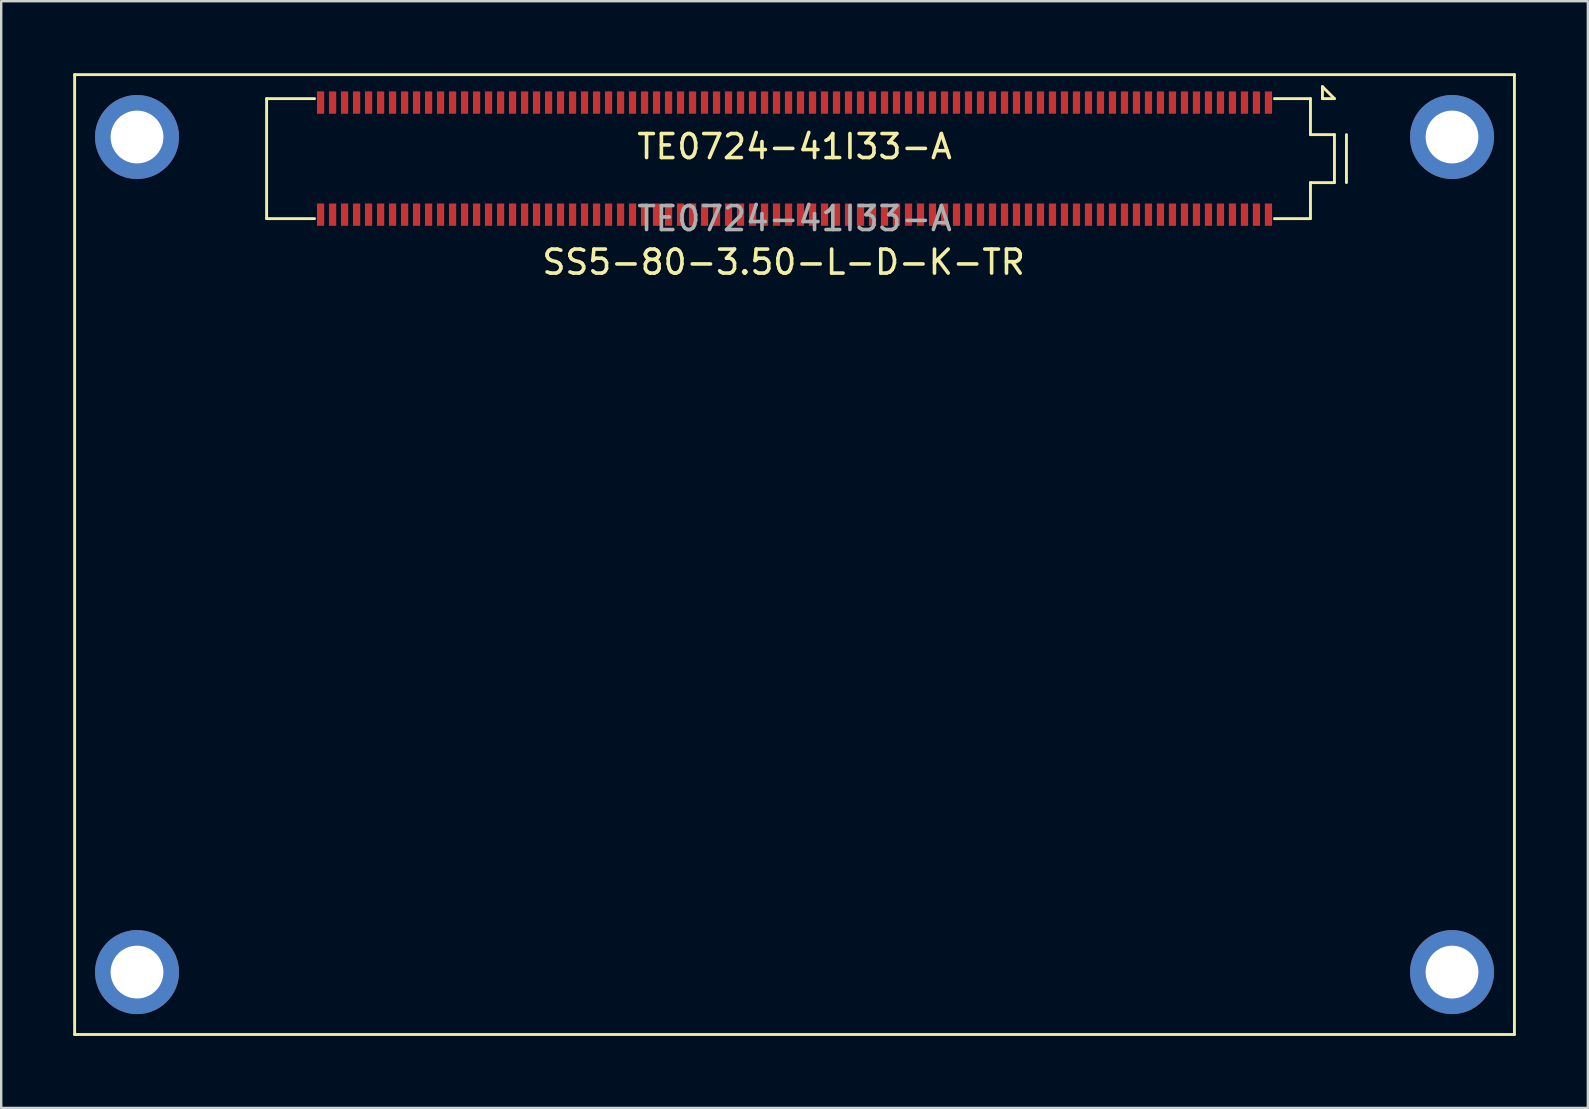
<source format=kicad_pcb>
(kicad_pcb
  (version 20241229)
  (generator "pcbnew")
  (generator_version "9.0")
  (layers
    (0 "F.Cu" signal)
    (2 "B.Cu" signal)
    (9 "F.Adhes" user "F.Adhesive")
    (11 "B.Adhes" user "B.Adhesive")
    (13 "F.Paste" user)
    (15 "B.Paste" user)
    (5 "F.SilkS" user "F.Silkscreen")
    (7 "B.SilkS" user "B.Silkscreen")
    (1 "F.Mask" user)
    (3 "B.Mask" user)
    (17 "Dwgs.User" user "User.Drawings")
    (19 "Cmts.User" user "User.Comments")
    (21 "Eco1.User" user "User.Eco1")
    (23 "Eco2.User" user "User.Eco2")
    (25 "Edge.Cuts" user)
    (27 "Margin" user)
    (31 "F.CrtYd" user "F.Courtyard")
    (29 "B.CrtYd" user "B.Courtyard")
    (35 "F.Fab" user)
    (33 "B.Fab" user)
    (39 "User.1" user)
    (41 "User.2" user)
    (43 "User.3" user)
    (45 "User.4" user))
  (footprint "TE0724-41I33-A"
    (layer "F.Cu")
    (at 30.06 3.56)
    (property "Reference" "TE0724-41I33-A" (at 0 -0.5 0) (unlocked yes) (layer "F.SilkS") (effects (font (size 1 1) (thickness 0.15))))
    (attr smd)
    (fp_line (start -30 -3.5) (end 30 -3.5) (stroke (width 0.12) (type default)) (layer "F.SilkS"))
    (fp_line (start -30 36.5) (end -30 -3.5) (stroke (width 0.12) (type default)) (layer "F.SilkS"))
    (fp_line (start -22 -2.5) (end -22 2.5) (stroke (width 0.12) (type default)) (layer "F.SilkS"))
    (fp_line (start -22 2.5) (end -20 2.5) (stroke (width 0.12) (type default)) (layer "F.SilkS"))
    (fp_line (start -20 -2.5) (end -22 -2.5) (stroke (width 0.12) (type default)) (layer "F.SilkS"))
    (fp_line (start 20 -2.5) (end 21.5 -2.5) (stroke (width 0.12) (type default)) (layer "F.SilkS"))
    (fp_line (start 21.5 -2.5) (end 21.5 -1) (stroke (width 0.12) (type default)) (layer "F.SilkS"))
    (fp_line (start 21.5 -1) (end 22.5 -1) (stroke (width 0.12) (type default)) (layer "F.SilkS"))
    (fp_line (start 21.5 1) (end 21.5 2.5) (stroke (width 0.12) (type default)) (layer "F.SilkS"))
    (fp_line (start 21.5 2.5) (end 20 2.5) (stroke (width 0.12) (type default)) (layer "F.SilkS"))
    (fp_line (start 22 -3) (end 22 -2.5) (stroke (width 0.12) (type default)) (layer "F.SilkS"))
    (fp_line (start 22 -2.5) (end 22.5 -2.5) (stroke (width 0.12) (type default)) (layer "F.SilkS"))
    (fp_line (start 22.5 -2.5) (end 22 -3) (stroke (width 0.12) (type default)) (layer "F.SilkS"))
    (fp_line (start 22.5 -1) (end 22.5 1) (stroke (width 0.12) (type default)) (layer "F.SilkS"))
    (fp_line (start 22.5 1) (end 21.5 1) (stroke (width 0.12) (type default)) (layer "F.SilkS"))
    (fp_line (start 23 -1) (end 23 1) (stroke (width 0.12) (type default)) (layer "F.SilkS"))
    (fp_line (start 30 -3.5) (end 30 36.5) (stroke (width 0.12) (type default)) (layer "F.SilkS"))
    (fp_line (start 30 36.5) (end -30 36.5) (stroke (width 0.12) (type default)) (layer "F.SilkS"))
    (fp_text user "SS5-80-3.50-L-D-K-TR" (at -10.6 4.9 0) (unlocked yes) (layer "F.SilkS") (effects (font (size 1 1) (thickness 0.15)) (justify left bottom)))
    (fp_text user "${REFERENCE}" (at 0 2.5 0) (unlocked yes) (layer "F.Fab") (effects (font (size 1 1) (thickness 0.15))))
    (pad "0" thru_hole circle (at -27.4 -0.9) (size 3.5 3.5) (drill 2.2) (layers "*.Cu" "*.Mask"))
    (pad "0" thru_hole circle (at -27.4 33.9) (size 3.5 3.5) (drill 2.2) (layers "*.Cu" "*.Mask"))
    (pad "0" thru_hole circle (at 27.4 -0.9) (size 3.5 3.5) (drill 2.2) (layers "*.Cu" "*.Mask"))
    (pad "0" thru_hole circle (at 27.4 33.9) (size 3.5 3.5) (drill 2.2) (layers "*.Cu" "*.Mask"))
    (pad "1" smd rect (at 19.75 -2.335) (size 0.3 0.93) (layers "F.Cu" "F.Mask" "F.Paste"))
    (pad "2" smd rect (at 19.75 2.335) (size 0.3 0.93) (layers "F.Cu" "F.Mask" "F.Paste"))
    (pad "3" smd rect (at 19.25 -2.335) (size 0.3 0.93) (layers "F.Cu" "F.Mask" "F.Paste"))
    (pad "4" smd rect (at 19.25 2.335) (size 0.3 0.93) (layers "F.Cu" "F.Mask" "F.Paste"))
    (pad "5" smd rect (at 18.75 -2.335) (size 0.3 0.93) (layers "F.Cu" "F.Mask" "F.Paste"))
    (pad "6" smd rect (at 18.75 2.335) (size 0.3 0.93) (layers "F.Cu" "F.Mask" "F.Paste"))
    (pad "7" smd rect (at 18.25 -2.335) (size 0.3 0.93) (layers "F.Cu" "F.Mask" "F.Paste"))
    (pad "8" smd rect (at 18.25 2.335) (size 0.3 0.93) (layers "F.Cu" "F.Mask" "F.Paste"))
    (pad "9" smd rect (at 17.75 -2.335) (size 0.3 0.93) (layers "F.Cu" "F.Mask" "F.Paste"))
    (pad "10" smd rect (at 17.75 2.335) (size 0.3 0.93) (layers "F.Cu" "F.Mask" "F.Paste"))
    (pad "11" smd rect (at 17.25 -2.335) (size 0.3 0.93) (layers "F.Cu" "F.Mask" "F.Paste"))
    (pad "12" smd rect (at 17.25 2.335) (size 0.3 0.93) (layers "F.Cu" "F.Mask" "F.Paste"))
    (pad "13" smd rect (at 16.75 -2.335) (size 0.3 0.93) (layers "F.Cu" "F.Mask" "F.Paste"))
    (pad "14" smd rect (at 16.75 2.335) (size 0.3 0.93) (layers "F.Cu" "F.Mask" "F.Paste"))
    (pad "15" smd rect (at 16.25 -2.335) (size 0.3 0.93) (layers "F.Cu" "F.Mask" "F.Paste"))
    (pad "16" smd rect (at 16.25 2.335) (size 0.3 0.93) (layers "F.Cu" "F.Mask" "F.Paste"))
    (pad "17" smd rect (at 15.75 -2.335) (size 0.3 0.93) (layers "F.Cu" "F.Mask" "F.Paste"))
    (pad "18" smd rect (at 15.75 2.335) (size 0.3 0.93) (layers "F.Cu" "F.Mask" "F.Paste"))
    (pad "19" smd rect (at 15.25 -2.335) (size 0.3 0.93) (layers "F.Cu" "F.Mask" "F.Paste"))
    (pad "20" smd rect (at 15.25 2.335) (size 0.3 0.93) (layers "F.Cu" "F.Mask" "F.Paste"))
    (pad "21" smd rect (at 14.75 -2.335) (size 0.3 0.93) (layers "F.Cu" "F.Mask" "F.Paste"))
    (pad "22" smd rect (at 14.75 2.335) (size 0.3 0.93) (layers "F.Cu" "F.Mask" "F.Paste"))
    (pad "23" smd rect (at 14.25 -2.335) (size 0.3 0.93) (layers "F.Cu" "F.Mask" "F.Paste"))
    (pad "24" smd rect (at 14.25 2.335) (size 0.3 0.93) (layers "F.Cu" "F.Mask" "F.Paste"))
    (pad "25" smd rect (at 13.75 -2.335) (size 0.3 0.93) (layers "F.Cu" "F.Mask" "F.Paste"))
    (pad "26" smd rect (at 13.75 2.335) (size 0.3 0.93) (layers "F.Cu" "F.Mask" "F.Paste"))
    (pad "27" smd rect (at 13.25 -2.335) (size 0.3 0.93) (layers "F.Cu" "F.Mask" "F.Paste"))
    (pad "28" smd rect (at 13.25 2.335) (size 0.3 0.93) (layers "F.Cu" "F.Mask" "F.Paste"))
    (pad "29" smd rect (at 12.75 -2.335) (size 0.3 0.93) (layers "F.Cu" "F.Mask" "F.Paste"))
    (pad "30" smd rect (at 12.75 2.335) (size 0.3 0.93) (layers "F.Cu" "F.Mask" "F.Paste"))
    (pad "31" smd rect (at 12.25 -2.335) (size 0.3 0.93) (layers "F.Cu" "F.Mask" "F.Paste"))
    (pad "32" smd rect (at 12.25 2.335) (size 0.3 0.93) (layers "F.Cu" "F.Mask" "F.Paste"))
    (pad "33" smd rect (at 11.75 -2.335) (size 0.3 0.93) (layers "F.Cu" "F.Mask" "F.Paste"))
    (pad "34" smd rect (at 11.75 2.335) (size 0.3 0.93) (layers "F.Cu" "F.Mask" "F.Paste"))
    (pad "35" smd rect (at 11.25 -2.335) (size 0.3 0.93) (layers "F.Cu" "F.Mask" "F.Paste"))
    (pad "36" smd rect (at 11.25 2.335) (size 0.3 0.93) (layers "F.Cu" "F.Mask" "F.Paste"))
    (pad "37" smd rect (at 10.75 -2.335) (size 0.3 0.93) (layers "F.Cu" "F.Mask" "F.Paste"))
    (pad "38" smd rect (at 10.75 2.335) (size 0.3 0.93) (layers "F.Cu" "F.Mask" "F.Paste"))
    (pad "39" smd rect (at 10.25 -2.335) (size 0.3 0.93) (layers "F.Cu" "F.Mask" "F.Paste"))
    (pad "40" smd rect (at 10.25 2.335) (size 0.3 0.93) (layers "F.Cu" "F.Mask" "F.Paste"))
    (pad "41" smd rect (at 9.75 -2.335) (size 0.3 0.93) (layers "F.Cu" "F.Mask" "F.Paste"))
    (pad "42" smd rect (at 9.75 2.335) (size 0.3 0.93) (layers "F.Cu" "F.Mask" "F.Paste"))
    (pad "43" smd rect (at 9.25 -2.335) (size 0.3 0.93) (layers "F.Cu" "F.Mask" "F.Paste"))
    (pad "44" smd rect (at 9.25 2.335) (size 0.3 0.93) (layers "F.Cu" "F.Mask" "F.Paste"))
    (pad "45" smd rect (at 8.75 -2.335) (size 0.3 0.93) (layers "F.Cu" "F.Mask" "F.Paste"))
    (pad "46" smd rect (at 8.75 2.335) (size 0.3 0.93) (layers "F.Cu" "F.Mask" "F.Paste"))
    (pad "47" smd rect (at 8.25 -2.335) (size 0.3 0.93) (layers "F.Cu" "F.Mask" "F.Paste"))
    (pad "48" smd rect (at 8.25 2.335) (size 0.3 0.93) (layers "F.Cu" "F.Mask" "F.Paste"))
    (pad "49" smd rect (at 7.75 -2.335) (size 0.3 0.93) (layers "F.Cu" "F.Mask" "F.Paste"))
    (pad "50" smd rect (at 7.75 2.335) (size 0.3 0.93) (layers "F.Cu" "F.Mask" "F.Paste"))
    (pad "51" smd rect (at 7.25 -2.335) (size 0.3 0.93) (layers "F.Cu" "F.Mask" "F.Paste"))
    (pad "52" smd rect (at 7.25 2.335) (size 0.3 0.93) (layers "F.Cu" "F.Mask" "F.Paste"))
    (pad "53" smd rect (at 6.75 -2.335) (size 0.3 0.93) (layers "F.Cu" "F.Mask" "F.Paste"))
    (pad "54" smd rect (at 6.75 2.335) (size 0.3 0.93) (layers "F.Cu" "F.Mask" "F.Paste"))
    (pad "55" smd rect (at 6.25 -2.335) (size 0.3 0.93) (layers "F.Cu" "F.Mask" "F.Paste"))
    (pad "56" smd rect (at 6.25 2.335) (size 0.3 0.93) (layers "F.Cu" "F.Mask" "F.Paste"))
    (pad "57" smd rect (at 5.75 -2.335) (size 0.3 0.93) (layers "F.Cu" "F.Mask" "F.Paste"))
    (pad "58" smd rect (at 5.75 2.335) (size 0.3 0.93) (layers "F.Cu" "F.Mask" "F.Paste"))
    (pad "59" smd rect (at 5.25 -2.335) (size 0.3 0.93) (layers "F.Cu" "F.Mask" "F.Paste"))
    (pad "60" smd rect (at 5.25 2.335) (size 0.3 0.93) (layers "F.Cu" "F.Mask" "F.Paste"))
    (pad "61" smd rect (at 4.75 -2.335) (size 0.3 0.93) (layers "F.Cu" "F.Mask" "F.Paste"))
    (pad "62" smd rect (at 4.75 2.335) (size 0.3 0.93) (layers "F.Cu" "F.Mask" "F.Paste"))
    (pad "63" smd rect (at 4.25 -2.335) (size 0.3 0.93) (layers "F.Cu" "F.Mask" "F.Paste"))
    (pad "64" smd rect (at 4.25 2.335) (size 0.3 0.93) (layers "F.Cu" "F.Mask" "F.Paste"))
    (pad "65" smd rect (at 3.75 -2.335) (size 0.3 0.93) (layers "F.Cu" "F.Mask" "F.Paste"))
    (pad "66" smd rect (at 3.75 2.335) (size 0.3 0.93) (layers "F.Cu" "F.Mask" "F.Paste"))
    (pad "67" smd rect (at 3.25 -2.335) (size 0.3 0.93) (layers "F.Cu" "F.Mask" "F.Paste"))
    (pad "68" smd rect (at 3.25 2.335) (size 0.3 0.93) (layers "F.Cu" "F.Mask" "F.Paste"))
    (pad "69" smd rect (at 2.75 -2.335) (size 0.3 0.93) (layers "F.Cu" "F.Mask" "F.Paste"))
    (pad "70" smd rect (at 2.75 2.335) (size 0.3 0.93) (layers "F.Cu" "F.Mask" "F.Paste"))
    (pad "71" smd rect (at 2.25 -2.335) (size 0.3 0.93) (layers "F.Cu" "F.Mask" "F.Paste"))
    (pad "72" smd rect (at 2.25 2.335) (size 0.3 0.93) (layers "F.Cu" "F.Mask" "F.Paste"))
    (pad "73" smd rect (at 1.75 -2.335) (size 0.3 0.93) (layers "F.Cu" "F.Mask" "F.Paste"))
    (pad "74" smd rect (at 1.75 2.335) (size 0.3 0.93) (layers "F.Cu" "F.Mask" "F.Paste"))
    (pad "75" smd rect (at 1.25 -2.335) (size 0.3 0.93) (layers "F.Cu" "F.Mask" "F.Paste"))
    (pad "76" smd rect (at 1.25 2.335) (size 0.3 0.93) (layers "F.Cu" "F.Mask" "F.Paste"))
    (pad "77" smd rect (at 0.75 -2.335) (size 0.3 0.93) (layers "F.Cu" "F.Mask" "F.Paste"))
    (pad "78" smd rect (at 0.75 2.335) (size 0.3 0.93) (layers "F.Cu" "F.Mask" "F.Paste"))
    (pad "79" smd rect (at 0.25 -2.335) (size 0.3 0.93) (layers "F.Cu" "F.Mask" "F.Paste"))
    (pad "80" smd rect (at 0.25 2.335) (size 0.3 0.93) (layers "F.Cu" "F.Mask" "F.Paste"))
    (pad "81" smd rect (at -0.25 -2.335) (size 0.3 0.93) (layers "F.Cu" "F.Mask" "F.Paste"))
    (pad "82" smd rect (at -0.25 2.335) (size 0.3 0.93) (layers "F.Cu" "F.Mask" "F.Paste"))
    (pad "83" smd rect (at -0.75 -2.335) (size 0.3 0.93) (layers "F.Cu" "F.Mask" "F.Paste"))
    (pad "84" smd rect (at -0.75 2.335) (size 0.3 0.93) (layers "F.Cu" "F.Mask" "F.Paste"))
    (pad "85" smd rect (at -1.25 -2.335) (size 0.3 0.93) (layers "F.Cu" "F.Mask" "F.Paste"))
    (pad "86" smd rect (at -1.25 2.335) (size 0.3 0.93) (layers "F.Cu" "F.Mask" "F.Paste"))
    (pad "87" smd rect (at -1.75 -2.335) (size 0.3 0.93) (layers "F.Cu" "F.Mask" "F.Paste"))
    (pad "88" smd rect (at -1.75 2.335) (size 0.3 0.93) (layers "F.Cu" "F.Mask" "F.Paste"))
    (pad "89" smd rect (at -2.25 -2.335) (size 0.3 0.93) (layers "F.Cu" "F.Mask" "F.Paste"))
    (pad "90" smd rect (at -2.25 2.335) (size 0.3 0.93) (layers "F.Cu" "F.Mask" "F.Paste"))
    (pad "91" smd rect (at -2.75 -2.335) (size 0.3 0.93) (layers "F.Cu" "F.Mask" "F.Paste"))
    (pad "92" smd rect (at -2.75 2.335) (size 0.3 0.93) (layers "F.Cu" "F.Mask" "F.Paste"))
    (pad "93" smd rect (at -3.25 -2.335) (size 0.3 0.93) (layers "F.Cu" "F.Mask" "F.Paste"))
    (pad "94" smd rect (at -3.25 2.335) (size 0.3 0.93) (layers "F.Cu" "F.Mask" "F.Paste"))
    (pad "95" smd rect (at -3.75 -2.335) (size 0.3 0.93) (layers "F.Cu" "F.Mask" "F.Paste"))
    (pad "96" smd rect (at -3.75 2.335) (size 0.3 0.93) (layers "F.Cu" "F.Mask" "F.Paste"))
    (pad "97" smd rect (at -4.25 -2.335) (size 0.3 0.93) (layers "F.Cu" "F.Mask" "F.Paste"))
    (pad "98" smd rect (at -4.25 2.335) (size 0.3 0.93) (layers "F.Cu" "F.Mask" "F.Paste"))
    (pad "99" smd rect (at -4.75 -2.335) (size 0.3 0.93) (layers "F.Cu" "F.Mask" "F.Paste"))
    (pad "100" smd rect (at -4.75 2.335) (size 0.3 0.93) (layers "F.Cu" "F.Mask" "F.Paste"))
    (pad "101" smd rect (at -5.25 -2.335) (size 0.3 0.93) (layers "F.Cu" "F.Mask" "F.Paste"))
    (pad "102" smd rect (at -5.25 2.335) (size 0.3 0.93) (layers "F.Cu" "F.Mask" "F.Paste"))
    (pad "103" smd rect (at -5.75 -2.335) (size 0.3 0.93) (layers "F.Cu" "F.Mask" "F.Paste"))
    (pad "104" smd rect (at -5.75 2.335) (size 0.3 0.93) (layers "F.Cu" "F.Mask" "F.Paste"))
    (pad "105" smd rect (at -6.25 -2.335) (size 0.3 0.93) (layers "F.Cu" "F.Mask" "F.Paste"))
    (pad "106" smd rect (at -6.25 2.335) (size 0.3 0.93) (layers "F.Cu" "F.Mask" "F.Paste"))
    (pad "107" smd rect (at -6.75 -2.335) (size 0.3 0.93) (layers "F.Cu" "F.Mask" "F.Paste"))
    (pad "108" smd rect (at -6.75 2.335) (size 0.3 0.93) (layers "F.Cu" "F.Mask" "F.Paste"))
    (pad "109" smd rect (at -7.25 -2.335) (size 0.3 0.93) (layers "F.Cu" "F.Mask" "F.Paste"))
    (pad "110" smd rect (at -7.25 2.335) (size 0.3 0.93) (layers "F.Cu" "F.Mask" "F.Paste"))
    (pad "111" smd rect (at -7.75 -2.335) (size 0.3 0.93) (layers "F.Cu" "F.Mask" "F.Paste"))
    (pad "112" smd rect (at -7.75 2.335) (size 0.3 0.93) (layers "F.Cu" "F.Mask" "F.Paste"))
    (pad "113" smd rect (at -8.25 -2.335) (size 0.3 0.93) (layers "F.Cu" "F.Mask" "F.Paste"))
    (pad "114" smd rect (at -8.25 2.335) (size 0.3 0.93) (layers "F.Cu" "F.Mask" "F.Paste"))
    (pad "115" smd rect (at -8.75 -2.335) (size 0.3 0.93) (layers "F.Cu" "F.Mask" "F.Paste"))
    (pad "116" smd rect (at -8.75 2.335) (size 0.3 0.93) (layers "F.Cu" "F.Mask" "F.Paste"))
    (pad "117" smd rect (at -9.25 -2.335) (size 0.3 0.93) (layers "F.Cu" "F.Mask" "F.Paste"))
    (pad "118" smd rect (at -9.25 2.335) (size 0.3 0.93) (layers "F.Cu" "F.Mask" "F.Paste"))
    (pad "119" smd rect (at -9.75 -2.335) (size 0.3 0.93) (layers "F.Cu" "F.Mask" "F.Paste"))
    (pad "120" smd rect (at -9.75 2.335) (size 0.3 0.93) (layers "F.Cu" "F.Mask" "F.Paste"))
    (pad "121" smd rect (at -10.25 -2.335) (size 0.3 0.93) (layers "F.Cu" "F.Mask" "F.Paste"))
    (pad "122" smd rect (at -10.25 2.335) (size 0.3 0.93) (layers "F.Cu" "F.Mask" "F.Paste"))
    (pad "123" smd rect (at -10.75 -2.335) (size 0.3 0.93) (layers "F.Cu" "F.Mask" "F.Paste"))
    (pad "124" smd rect (at -10.75 2.335) (size 0.3 0.93) (layers "F.Cu" "F.Mask" "F.Paste"))
    (pad "125" smd rect (at -11.25 -2.335) (size 0.3 0.93) (layers "F.Cu" "F.Mask" "F.Paste"))
    (pad "126" smd rect (at -11.25 2.335) (size 0.3 0.93) (layers "F.Cu" "F.Mask" "F.Paste"))
    (pad "127" smd rect (at -11.75 -2.335) (size 0.3 0.93) (layers "F.Cu" "F.Mask" "F.Paste"))
    (pad "128" smd rect (at -11.75 2.335) (size 0.3 0.93) (layers "F.Cu" "F.Mask" "F.Paste"))
    (pad "129" smd rect (at -12.25 -2.335) (size 0.3 0.93) (layers "F.Cu" "F.Mask" "F.Paste"))
    (pad "130" smd rect (at -12.25 2.335) (size 0.3 0.93) (layers "F.Cu" "F.Mask" "F.Paste"))
    (pad "131" smd rect (at -12.75 -2.335) (size 0.3 0.93) (layers "F.Cu" "F.Mask" "F.Paste"))
    (pad "132" smd rect (at -12.75 2.335) (size 0.3 0.93) (layers "F.Cu" "F.Mask" "F.Paste"))
    (pad "133" smd rect (at -13.25 -2.335) (size 0.3 0.93) (layers "F.Cu" "F.Mask" "F.Paste"))
    (pad "134" smd rect (at -13.25 2.335) (size 0.3 0.93) (layers "F.Cu" "F.Mask" "F.Paste"))
    (pad "135" smd rect (at -13.75 -2.335) (size 0.3 0.93) (layers "F.Cu" "F.Mask" "F.Paste"))
    (pad "136" smd rect (at -13.75 2.335) (size 0.3 0.93) (layers "F.Cu" "F.Mask" "F.Paste"))
    (pad "137" smd rect (at -14.25 -2.335) (size 0.3 0.93) (layers "F.Cu" "F.Mask" "F.Paste"))
    (pad "138" smd rect (at -14.25 2.335) (size 0.3 0.93) (layers "F.Cu" "F.Mask" "F.Paste"))
    (pad "139" smd rect (at -14.75 -2.335) (size 0.3 0.93) (layers "F.Cu" "F.Mask" "F.Paste"))
    (pad "140" smd rect (at -14.75 2.335) (size 0.3 0.93) (layers "F.Cu" "F.Mask" "F.Paste"))
    (pad "141" smd rect (at -15.25 -2.335) (size 0.3 0.93) (layers "F.Cu" "F.Mask" "F.Paste"))
    (pad "142" smd rect (at -15.25 2.335) (size 0.3 0.93) (layers "F.Cu" "F.Mask" "F.Paste"))
    (pad "143" smd rect (at -15.75 -2.335) (size 0.3 0.93) (layers "F.Cu" "F.Mask" "F.Paste"))
    (pad "144" smd rect (at -15.75 2.335) (size 0.3 0.93) (layers "F.Cu" "F.Mask" "F.Paste"))
    (pad "145" smd rect (at -16.25 -2.335) (size 0.3 0.93) (layers "F.Cu" "F.Mask" "F.Paste"))
    (pad "146" smd rect (at -16.25 2.335) (size 0.3 0.93) (layers "F.Cu" "F.Mask" "F.Paste"))
    (pad "147" smd rect (at -16.75 -2.335) (size 0.3 0.93) (layers "F.Cu" "F.Mask" "F.Paste"))
    (pad "148" smd rect (at -16.75 2.335) (size 0.3 0.93) (layers "F.Cu" "F.Mask" "F.Paste"))
    (pad "149" smd rect (at -17.25 -2.335) (size 0.3 0.93) (layers "F.Cu" "F.Mask" "F.Paste"))
    (pad "150" smd rect (at -17.25 2.335) (size 0.3 0.93) (layers "F.Cu" "F.Mask" "F.Paste"))
    (pad "151" smd rect (at -17.75 -2.335) (size 0.3 0.93) (layers "F.Cu" "F.Mask" "F.Paste"))
    (pad "152" smd rect (at -17.75 2.335) (size 0.3 0.93) (layers "F.Cu" "F.Mask" "F.Paste"))
    (pad "153" smd rect (at -18.25 -2.335) (size 0.3 0.93) (layers "F.Cu" "F.Mask" "F.Paste"))
    (pad "154" smd rect (at -18.25 2.335) (size 0.3 0.93) (layers "F.Cu" "F.Mask" "F.Paste"))
    (pad "155" smd rect (at -18.75 -2.335) (size 0.3 0.93) (layers "F.Cu" "F.Mask" "F.Paste"))
    (pad "156" smd rect (at -18.75 2.335) (size 0.3 0.93) (layers "F.Cu" "F.Mask" "F.Paste"))
    (pad "157" smd rect (at -19.25 -2.335) (size 0.3 0.93) (layers "F.Cu" "F.Mask" "F.Paste"))
    (pad "158" smd rect (at -19.25 2.335) (size 0.3 0.93) (layers "F.Cu" "F.Mask" "F.Paste"))
    (pad "159" smd rect (at -19.75 -2.335) (size 0.3 0.93) (layers "F.Cu" "F.Mask" "F.Paste"))
    (pad "160" smd rect (at -19.75 2.335) (size 0.3 0.93) (layers "F.Cu" "F.Mask" "F.Paste")))
  (gr_rect
    (start -3 -3)
    (end 63.12 43.12)
    (stroke (width 0.1) (type default))
    (fill no)
    (layer "Edge.Cuts")))
</source>
